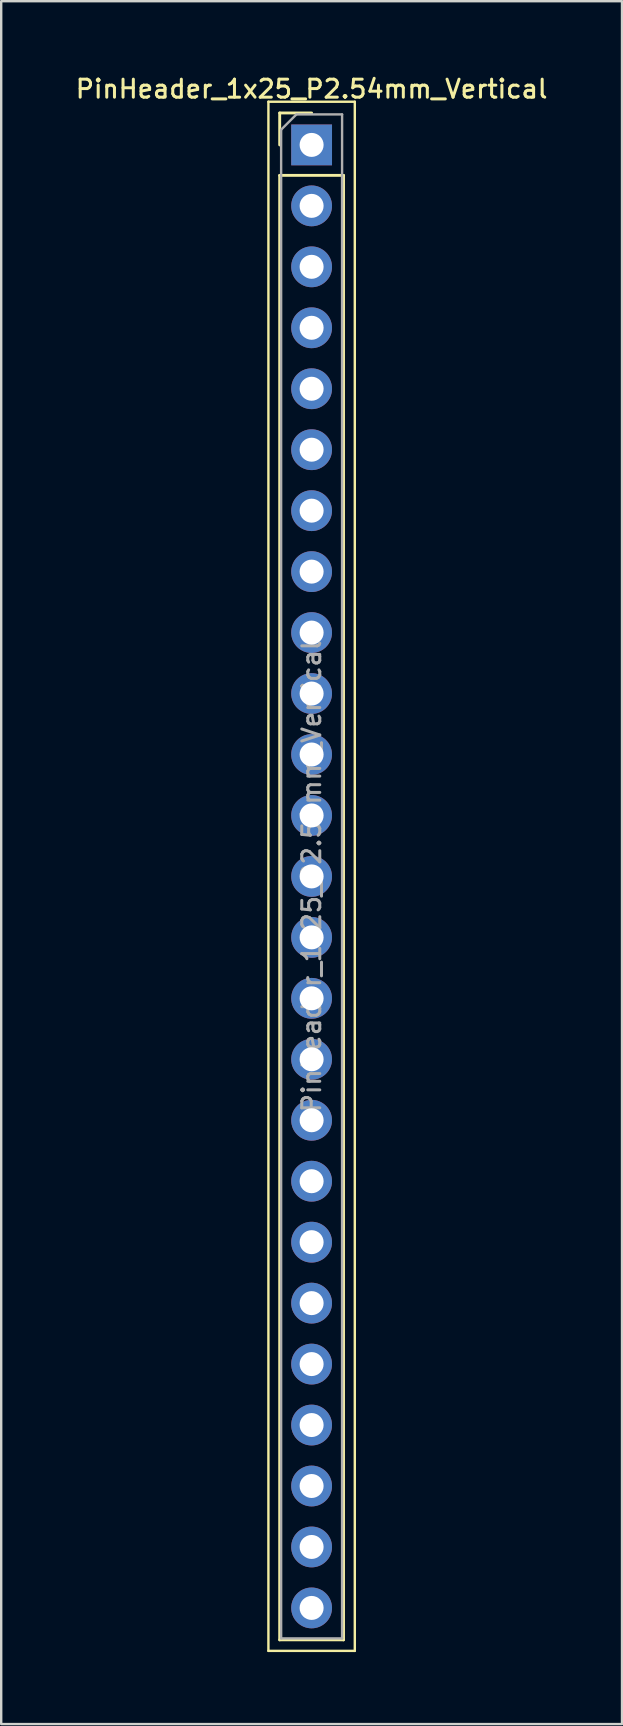
<source format=kicad_pcb>
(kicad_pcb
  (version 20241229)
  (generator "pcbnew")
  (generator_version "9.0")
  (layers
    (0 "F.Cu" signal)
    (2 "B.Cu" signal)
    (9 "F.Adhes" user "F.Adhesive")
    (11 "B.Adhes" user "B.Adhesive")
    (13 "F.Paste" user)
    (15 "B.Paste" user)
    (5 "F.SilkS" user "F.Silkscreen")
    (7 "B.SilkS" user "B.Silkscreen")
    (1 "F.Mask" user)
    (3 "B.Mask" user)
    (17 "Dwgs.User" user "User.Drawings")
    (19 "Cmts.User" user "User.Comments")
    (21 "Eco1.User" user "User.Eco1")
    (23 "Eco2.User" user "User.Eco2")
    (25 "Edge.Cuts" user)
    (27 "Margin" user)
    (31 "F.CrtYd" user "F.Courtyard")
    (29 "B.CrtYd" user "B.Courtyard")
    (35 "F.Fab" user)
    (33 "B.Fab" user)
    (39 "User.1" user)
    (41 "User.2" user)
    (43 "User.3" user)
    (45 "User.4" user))
  (footprint "PinHeader_1x25_P2.54mm_Vertical"
    (layer "F.Cu")
    (at 9.934 2.988)
    (property "Reference" "PinHeader_1x25_P2.54mm_Vertical" (at 0 -2.33 0) (layer "F.SilkS") (effects (font (size 0.75 0.75) (thickness 0.125))))
    (attr through_hole)
    (fp_line (start -1.8 -1.8) (end -1.8 62.75) (stroke (width 0.1) (type solid)) (layer "F.SilkS"))
    (fp_line (start -1.8 62.75) (end 1.8 62.75) (stroke (width 0.1) (type solid)) (layer "F.SilkS"))
    (fp_line (start -1.33 -1.33) (end 0 -1.33) (stroke (width 0.12) (type solid)) (layer "F.SilkS"))
    (fp_line (start -1.33 0) (end -1.33 -1.33) (stroke (width 0.12) (type solid)) (layer "F.SilkS"))
    (fp_line (start -1.33 1.27) (end -1.33 62.29) (stroke (width 0.12) (type solid)) (layer "F.SilkS"))
    (fp_line (start -1.33 1.27) (end 1.33 1.27) (stroke (width 0.12) (type solid)) (layer "F.SilkS"))
    (fp_line (start -1.33 62.29) (end 1.33 62.29) (stroke (width 0.12) (type solid)) (layer "F.SilkS"))
    (fp_line (start 1.33 1.27) (end 1.33 62.29) (stroke (width 0.12) (type solid)) (layer "F.SilkS"))
    (fp_line (start 1.8 -1.8) (end -1.8 -1.8) (stroke (width 0.1) (type solid)) (layer "F.SilkS"))
    (fp_line (start 1.8 62.75) (end 1.8 -1.8) (stroke (width 0.1) (type solid)) (layer "F.SilkS"))
    (fp_line (start -1.27 -0.635) (end -0.635 -1.27) (stroke (width 0.1) (type solid)) (layer "F.Fab"))
    (fp_line (start -1.27 62.23) (end -1.27 -0.635) (stroke (width 0.1) (type solid)) (layer "F.Fab"))
    (fp_line (start -0.635 -1.27) (end 1.27 -1.27) (stroke (width 0.1) (type solid)) (layer "F.Fab"))
    (fp_line (start 1.27 -1.27) (end 1.27 62.23) (stroke (width 0.1) (type solid)) (layer "F.Fab"))
    (fp_line (start 1.27 62.23) (end -1.27 62.23) (stroke (width 0.1) (type solid)) (layer "F.Fab"))
    (fp_text user "${REFERENCE}" (at 0 30.48 90) (layer "F.Fab") (effects (font (size 0.75 0.75) (thickness 0.125))))
    (pad "1" thru_hole rect (at 0 0) (size 1.7 1.7) (drill 1) (layers "*.Cu" "*.Mask"))
    (pad "2" thru_hole oval (at 0 2.54) (size 1.7 1.7) (drill 1) (layers "*.Cu" "*.Mask"))
    (pad "3" thru_hole oval (at 0 5.08) (size 1.7 1.7) (drill 1) (layers "*.Cu" "*.Mask"))
    (pad "4" thru_hole oval (at 0 7.62) (size 1.7 1.7) (drill 1) (layers "*.Cu" "*.Mask"))
    (pad "5" thru_hole oval (at 0 10.16) (size 1.7 1.7) (drill 1) (layers "*.Cu" "*.Mask"))
    (pad "6" thru_hole oval (at 0 12.7) (size 1.7 1.7) (drill 1) (layers "*.Cu" "*.Mask"))
    (pad "7" thru_hole oval (at 0 15.24) (size 1.7 1.7) (drill 1) (layers "*.Cu" "*.Mask"))
    (pad "8" thru_hole oval (at 0 17.78) (size 1.7 1.7) (drill 1) (layers "*.Cu" "*.Mask"))
    (pad "9" thru_hole oval (at 0 20.32) (size 1.7 1.7) (drill 1) (layers "*.Cu" "*.Mask"))
    (pad "10" thru_hole oval (at 0 22.86) (size 1.7 1.7) (drill 1) (layers "*.Cu" "*.Mask"))
    (pad "11" thru_hole oval (at 0 25.4) (size 1.7 1.7) (drill 1) (layers "*.Cu" "*.Mask"))
    (pad "12" thru_hole oval (at 0 27.94) (size 1.7 1.7) (drill 1) (layers "*.Cu" "*.Mask"))
    (pad "13" thru_hole oval (at 0 30.48) (size 1.7 1.7) (drill 1) (layers "*.Cu" "*.Mask"))
    (pad "14" thru_hole oval (at 0 33.02) (size 1.7 1.7) (drill 1) (layers "*.Cu" "*.Mask"))
    (pad "15" thru_hole oval (at 0 35.56) (size 1.7 1.7) (drill 1) (layers "*.Cu" "*.Mask"))
    (pad "16" thru_hole oval (at 0 38.1) (size 1.7 1.7) (drill 1) (layers "*.Cu" "*.Mask"))
    (pad "17" thru_hole oval (at 0 40.64) (size 1.7 1.7) (drill 1) (layers "*.Cu" "*.Mask"))
    (pad "18" thru_hole oval (at 0 43.18) (size 1.7 1.7) (drill 1) (layers "*.Cu" "*.Mask"))
    (pad "19" thru_hole oval (at 0 45.72) (size 1.7 1.7) (drill 1) (layers "*.Cu" "*.Mask"))
    (pad "20" thru_hole oval (at 0 48.26) (size 1.7 1.7) (drill 1) (layers "*.Cu" "*.Mask"))
    (pad "21" thru_hole oval (at 0 50.8) (size 1.7 1.7) (drill 1) (layers "*.Cu" "*.Mask"))
    (pad "22" thru_hole oval (at 0 53.34) (size 1.7 1.7) (drill 1) (layers "*.Cu" "*.Mask"))
    (pad "23" thru_hole oval (at 0 55.88) (size 1.7 1.7) (drill 1) (layers "*.Cu" "*.Mask"))
    (pad "24" thru_hole oval (at 0 58.42) (size 1.7 1.7) (drill 1) (layers "*.Cu" "*.Mask"))
    (pad "25" thru_hole oval (at 0 60.96) (size 1.7 1.7) (drill 1) (layers "*.Cu" "*.Mask")))
  (gr_rect
    (start -3 -3)
    (end 22.868 68.788)
    (stroke (width 0.1) (type default))
    (fill no)
    (layer "Edge.Cuts")))
</source>
